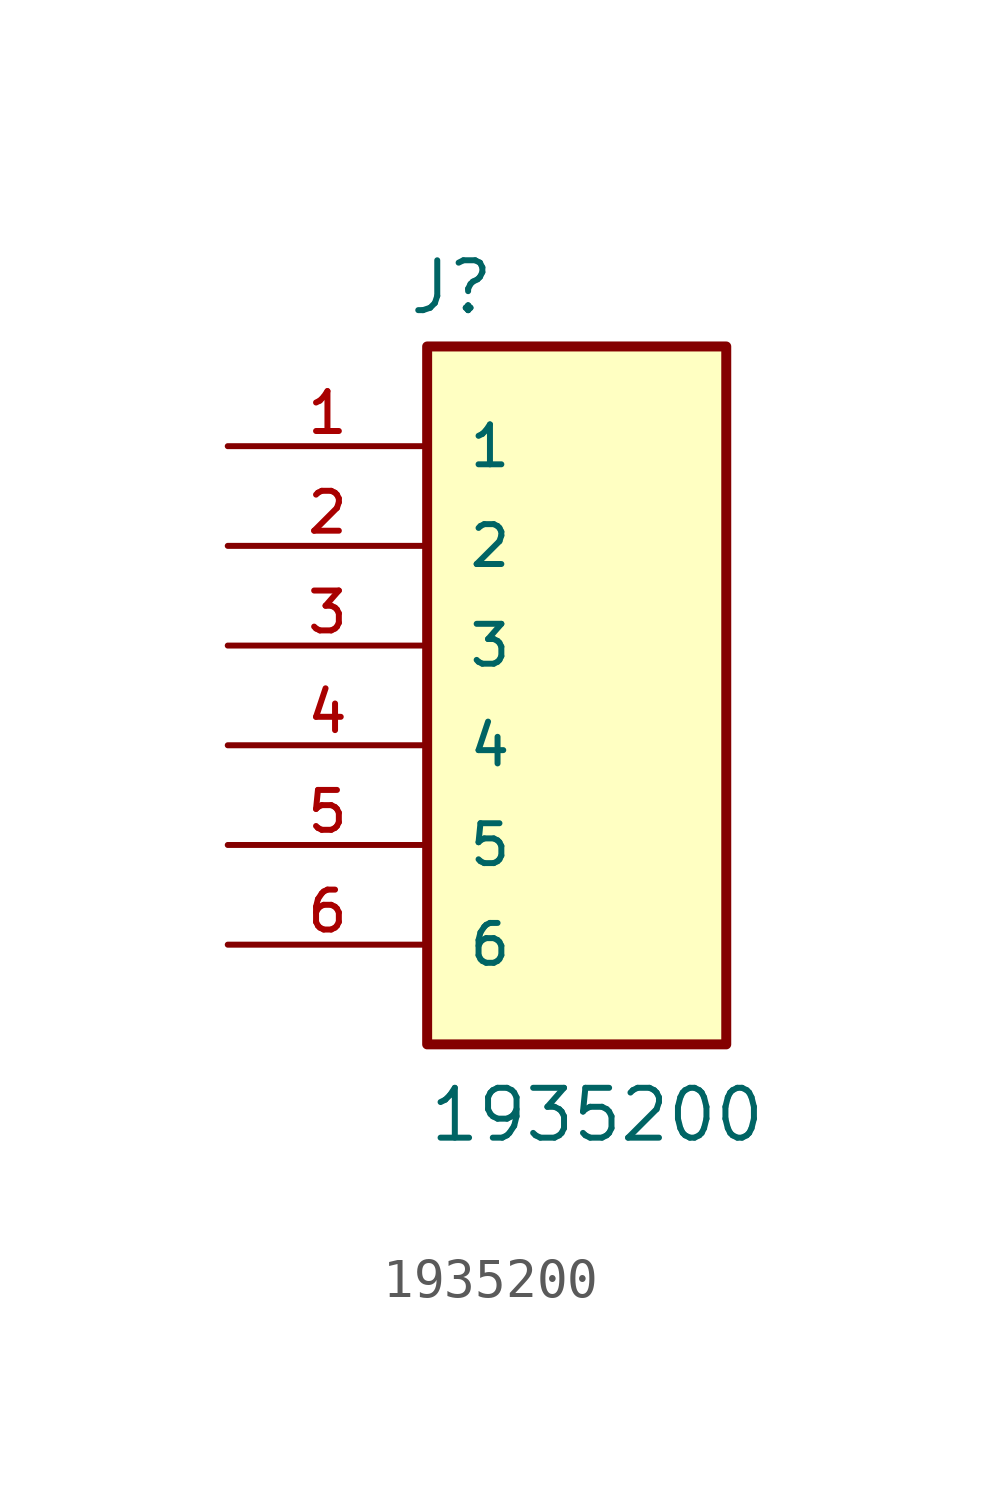
<source format=kicad_sym>
(kicad_symbol_lib
  (version 20211014)
  (generator kicad_symbol_editor)
  (symbol "1935200"
    (pin_names
      (offset 1.016))
    (property "Reference" "J"
      (at -3.048 8.382 0)
      (effects (font (size 1.27 1.27)) (justify bottom left)))
    (property "Value" "1935200"
      (at -2.54 -12.7 0)
      (effects (font (size 1.27 1.27)) (justify bottom left)))
    (symbol "1935200_0_0"
      (rectangle (start -2.54 -10.16) (end 5.08 7.62) (stroke (width 0.254)) (fill (type background)))
      (pin passive line (at -7.62 5.08 0) (length 5.08) (name "1" (effects (font (size 1.016 1.016)))) (number "1" (effects (font (size 1.016 1.016)))))
      (pin passive line (at -7.62 2.54 0) (length 5.08) (name "2" (effects (font (size 1.016 1.016)))) (number "2" (effects (font (size 1.016 1.016)))))
      (pin passive line (at -7.62 0.0 0) (length 5.08) (name "3" (effects (font (size 1.016 1.016)))) (number "3" (effects (font (size 1.016 1.016)))))
      (pin passive line (at -7.62 -2.54 0) (length 5.08) (name "4" (effects (font (size 1.016 1.016)))) (number "4" (effects (font (size 1.016 1.016)))))
      (pin passive line (at -7.62 -5.08 0) (length 5.08) (name "5" (effects (font (size 1.016 1.016)))) (number "5" (effects (font (size 1.016 1.016)))))
      (pin passive line (at -7.62 -7.62 0) (length 5.08) (name "6" (effects (font (size 1.016 1.016)))) (number "6" (effects (font (size 1.016 1.016))))))))
</source>
